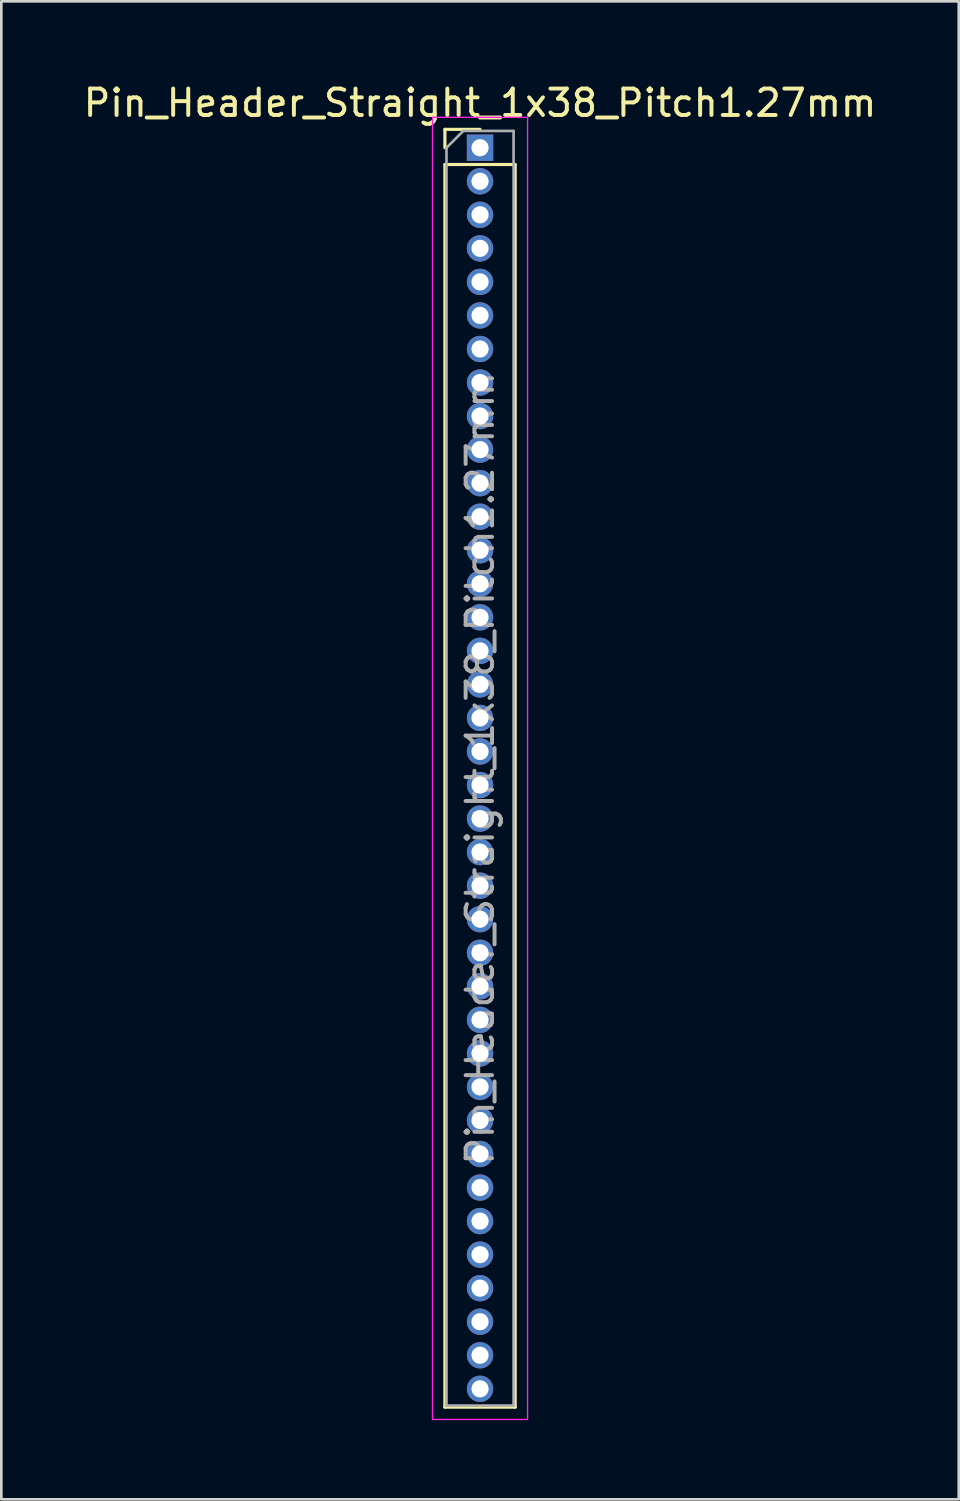
<source format=kicad_pcb>
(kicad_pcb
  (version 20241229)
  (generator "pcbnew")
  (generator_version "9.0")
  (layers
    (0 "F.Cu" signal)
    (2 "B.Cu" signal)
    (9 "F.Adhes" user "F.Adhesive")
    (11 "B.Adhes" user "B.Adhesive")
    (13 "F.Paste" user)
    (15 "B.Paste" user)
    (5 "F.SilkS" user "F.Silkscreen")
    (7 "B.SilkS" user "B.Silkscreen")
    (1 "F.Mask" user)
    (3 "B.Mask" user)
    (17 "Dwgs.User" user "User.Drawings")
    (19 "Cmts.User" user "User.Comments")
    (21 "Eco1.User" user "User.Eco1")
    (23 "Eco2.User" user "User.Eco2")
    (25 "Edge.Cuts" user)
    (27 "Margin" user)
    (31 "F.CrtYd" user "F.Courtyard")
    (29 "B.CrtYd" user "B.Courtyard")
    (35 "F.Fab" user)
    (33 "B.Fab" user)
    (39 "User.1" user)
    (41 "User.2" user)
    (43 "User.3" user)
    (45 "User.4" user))
  (footprint "Pin_Header_Straight_1x38_Pitch1.27mm"
    (layer "F.Cu")
    (at 15.125 2.543)
    (property "Reference" "Pin_Header_Straight_1x38_Pitch1.27mm" (at 0 -1.695 0) (layer "F.SilkS") (effects (font (size 1 1) (thickness 0.15))))
    (attr through_hole)
    (fp_line (start -1.33 -0.695) (end 0 -0.695) (stroke (width 0.12) (type solid)) (layer "F.SilkS"))
    (fp_line (start -1.33 0) (end -1.33 -0.695) (stroke (width 0.12) (type solid)) (layer "F.SilkS"))
    (fp_line (start -1.33 0.635) (end -1.33 47.685) (stroke (width 0.12) (type solid)) (layer "F.SilkS"))
    (fp_line (start -1.33 47.685) (end 1.33 47.685) (stroke (width 0.12) (type solid)) (layer "F.SilkS"))
    (fp_line (start 1.33 0.635) (end -1.33 0.635) (stroke (width 0.12) (type solid)) (layer "F.SilkS"))
    (fp_line (start 1.33 47.685) (end 1.33 0.635) (stroke (width 0.12) (type solid)) (layer "F.SilkS"))
    (fp_line (start -1.8 -1.15) (end -1.8 48.15) (stroke (width 0.05) (type solid)) (layer "F.CrtYd"))
    (fp_line (start -1.8 48.15) (end 1.8 48.15) (stroke (width 0.05) (type solid)) (layer "F.CrtYd"))
    (fp_line (start 1.8 -1.15) (end -1.8 -1.15) (stroke (width 0.05) (type solid)) (layer "F.CrtYd"))
    (fp_line (start 1.8 48.15) (end 1.8 -1.15) (stroke (width 0.05) (type solid)) (layer "F.CrtYd"))
    (fp_line (start -1.27 0) (end -0.635 -0.635) (stroke (width 0.1) (type solid)) (layer "F.Fab"))
    (fp_line (start -1.27 47.625) (end -1.27 0) (stroke (width 0.1) (type solid)) (layer "F.Fab"))
    (fp_line (start -0.635 -0.635) (end 1.27 -0.635) (stroke (width 0.1) (type solid)) (layer "F.Fab"))
    (fp_line (start 1.27 -0.635) (end 1.27 47.625) (stroke (width 0.1) (type solid)) (layer "F.Fab"))
    (fp_line (start 1.27 47.625) (end -1.27 47.625) (stroke (width 0.1) (type solid)) (layer "F.Fab"))
    (fp_text user "${REFERENCE}" (at 0 23.495 90) (layer "F.Fab") (effects (font (size 1 1) (thickness 0.15))))
    (pad "1" thru_hole rect (at 0 0) (size 1 1) (drill 0.65) (layers "*.Cu" "*.Mask"))
    (pad "2" thru_hole oval (at 0 1.27) (size 1 1) (drill 0.65) (layers "*.Cu" "*.Mask"))
    (pad "3" thru_hole oval (at 0 2.54) (size 1 1) (drill 0.65) (layers "*.Cu" "*.Mask"))
    (pad "4" thru_hole oval (at 0 3.81) (size 1 1) (drill 0.65) (layers "*.Cu" "*.Mask"))
    (pad "5" thru_hole oval (at 0 5.08) (size 1 1) (drill 0.65) (layers "*.Cu" "*.Mask"))
    (pad "6" thru_hole oval (at 0 6.35) (size 1 1) (drill 0.65) (layers "*.Cu" "*.Mask"))
    (pad "7" thru_hole oval (at 0 7.62) (size 1 1) (drill 0.65) (layers "*.Cu" "*.Mask"))
    (pad "8" thru_hole oval (at 0 8.89) (size 1 1) (drill 0.65) (layers "*.Cu" "*.Mask"))
    (pad "9" thru_hole oval (at 0 10.16) (size 1 1) (drill 0.65) (layers "*.Cu" "*.Mask"))
    (pad "10" thru_hole oval (at 0 11.43) (size 1 1) (drill 0.65) (layers "*.Cu" "*.Mask"))
    (pad "11" thru_hole oval (at 0 12.7) (size 1 1) (drill 0.65) (layers "*.Cu" "*.Mask"))
    (pad "12" thru_hole oval (at 0 13.97) (size 1 1) (drill 0.65) (layers "*.Cu" "*.Mask"))
    (pad "13" thru_hole oval (at 0 15.24) (size 1 1) (drill 0.65) (layers "*.Cu" "*.Mask"))
    (pad "14" thru_hole oval (at 0 16.51) (size 1 1) (drill 0.65) (layers "*.Cu" "*.Mask"))
    (pad "15" thru_hole oval (at 0 17.78) (size 1 1) (drill 0.65) (layers "*.Cu" "*.Mask"))
    (pad "16" thru_hole oval (at 0 19.05) (size 1 1) (drill 0.65) (layers "*.Cu" "*.Mask"))
    (pad "17" thru_hole oval (at 0 20.32) (size 1 1) (drill 0.65) (layers "*.Cu" "*.Mask"))
    (pad "18" thru_hole oval (at 0 21.59) (size 1 1) (drill 0.65) (layers "*.Cu" "*.Mask"))
    (pad "19" thru_hole oval (at 0 22.86) (size 1 1) (drill 0.65) (layers "*.Cu" "*.Mask"))
    (pad "20" thru_hole oval (at 0 24.13) (size 1 1) (drill 0.65) (layers "*.Cu" "*.Mask"))
    (pad "21" thru_hole oval (at 0 25.4) (size 1 1) (drill 0.65) (layers "*.Cu" "*.Mask"))
    (pad "22" thru_hole oval (at 0 26.67) (size 1 1) (drill 0.65) (layers "*.Cu" "*.Mask"))
    (pad "23" thru_hole oval (at 0 27.94) (size 1 1) (drill 0.65) (layers "*.Cu" "*.Mask"))
    (pad "24" thru_hole oval (at 0 29.21) (size 1 1) (drill 0.65) (layers "*.Cu" "*.Mask"))
    (pad "25" thru_hole oval (at 0 30.48) (size 1 1) (drill 0.65) (layers "*.Cu" "*.Mask"))
    (pad "26" thru_hole oval (at 0 31.75) (size 1 1) (drill 0.65) (layers "*.Cu" "*.Mask"))
    (pad "27" thru_hole oval (at 0 33.02) (size 1 1) (drill 0.65) (layers "*.Cu" "*.Mask"))
    (pad "28" thru_hole oval (at 0 34.29) (size 1 1) (drill 0.65) (layers "*.Cu" "*.Mask"))
    (pad "29" thru_hole oval (at 0 35.56) (size 1 1) (drill 0.65) (layers "*.Cu" "*.Mask"))
    (pad "30" thru_hole oval (at 0 36.83) (size 1 1) (drill 0.65) (layers "*.Cu" "*.Mask"))
    (pad "31" thru_hole oval (at 0 38.1) (size 1 1) (drill 0.65) (layers "*.Cu" "*.Mask"))
    (pad "32" thru_hole oval (at 0 39.37) (size 1 1) (drill 0.65) (layers "*.Cu" "*.Mask"))
    (pad "33" thru_hole oval (at 0 40.64) (size 1 1) (drill 0.65) (layers "*.Cu" "*.Mask"))
    (pad "34" thru_hole oval (at 0 41.91) (size 1 1) (drill 0.65) (layers "*.Cu" "*.Mask"))
    (pad "35" thru_hole oval (at 0 43.18) (size 1 1) (drill 0.65) (layers "*.Cu" "*.Mask"))
    (pad "36" thru_hole oval (at 0 44.45) (size 1 1) (drill 0.65) (layers "*.Cu" "*.Mask"))
    (pad "37" thru_hole oval (at 0 45.72) (size 1 1) (drill 0.65) (layers "*.Cu" "*.Mask"))
    (pad "38" thru_hole oval (at 0 46.99) (size 1 1) (drill 0.65) (layers "*.Cu" "*.Mask")))
  (gr_rect
    (start -3 -3)
    (end 33.25 53.718)
    (stroke (width 0.1) (type default))
    (fill no)
    (layer "Edge.Cuts")))
</source>
